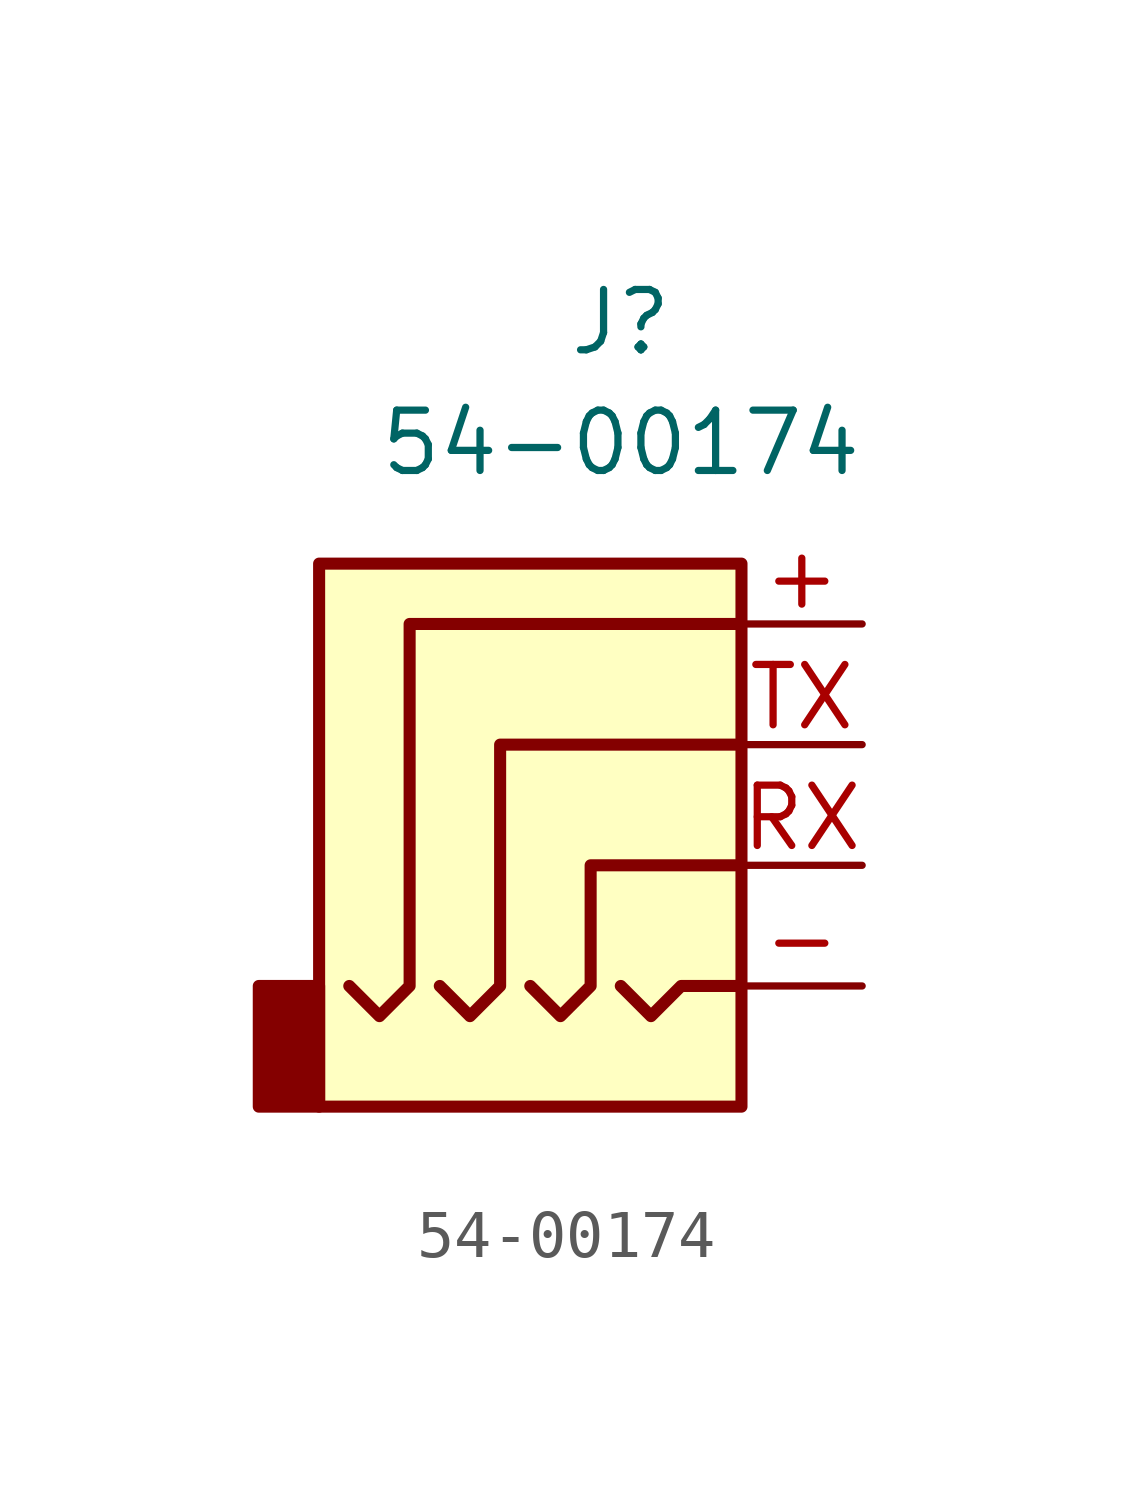
<source format=kicad_sym>
(kicad_symbol_lib
  (version 20211014)
  (generator kicad_symbol_editor)
  (symbol "54-00174"
    (property "Reference" "J"
      (at 0 8.89 0)
      (effects (font (size 1.27 1.27))))
    (property "Value" "54-00174"
      (at 0 6.35 0)
      (effects (font (size 1.27 1.27))))
    (symbol "54-00174_0_1"
      (rectangle (start -6.35 -5.08) (end -7.62 -7.62) (stroke (width 0.254) (type default) (color 0 0 0 0)) (fill (type outline)))
      (polyline (pts (xy 0 -5.08) (xy 0.635 -5.715) (xy 1.27 -5.08) (xy 2.54 -5.08)) (stroke (width 0.254) (type default) (color 0 0 0 0)) (fill (type none)))
      (polyline (pts (xy -5.715 -5.08) (xy -5.08 -5.715) (xy -4.445 -5.08) (xy -4.445 2.54) (xy 2.54 2.54)) (stroke (width 0.254) (type default) (color 0 0 0 0)) (fill (type none)))
      (polyline (pts (xy -1.905 -5.08) (xy -1.27 -5.715) (xy -0.635 -5.08) (xy -0.635 -2.54) (xy 2.54 -2.54)) (stroke (width 0.254) (type default) (color 0 0 0 0)) (fill (type none)))
      (polyline (pts (xy 2.54 0) (xy -2.54 0) (xy -2.54 -5.08) (xy -3.175 -5.715) (xy -3.81 -5.08)) (stroke (width 0.254) (type default) (color 0 0 0 0)) (fill (type none)))
      (rectangle (start 2.54 3.81) (end -6.35 -7.62) (stroke (width 0.254) (type default) (color 0 0 0 0)) (fill (type background))))
    (symbol "54-00174_1_1"
      (pin passive line (at 5.08 2.54 180) (length 2.54) (name "~" (effects (font (size 1.27 1.27)))) (number "+" (effects (font (size 1.27 1.27)))))
      (pin passive line (at 5.08 -5.08 180) (length 2.54) (name "~" (effects (font (size 1.27 1.27)))) (number "-" (effects (font (size 1.27 1.27)))))
      (pin passive line (at 5.08 -2.54 180) (length 2.54) (name "~" (effects (font (size 1.27 1.27)))) (number "RX" (effects (font (size 1.27 1.27)))))
      (pin passive line (at 5.08 0 180) (length 2.54) (name "~" (effects (font (size 1.27 1.27)))) (number "TX" (effects (font (size 1.27 1.27))))))))
</source>
